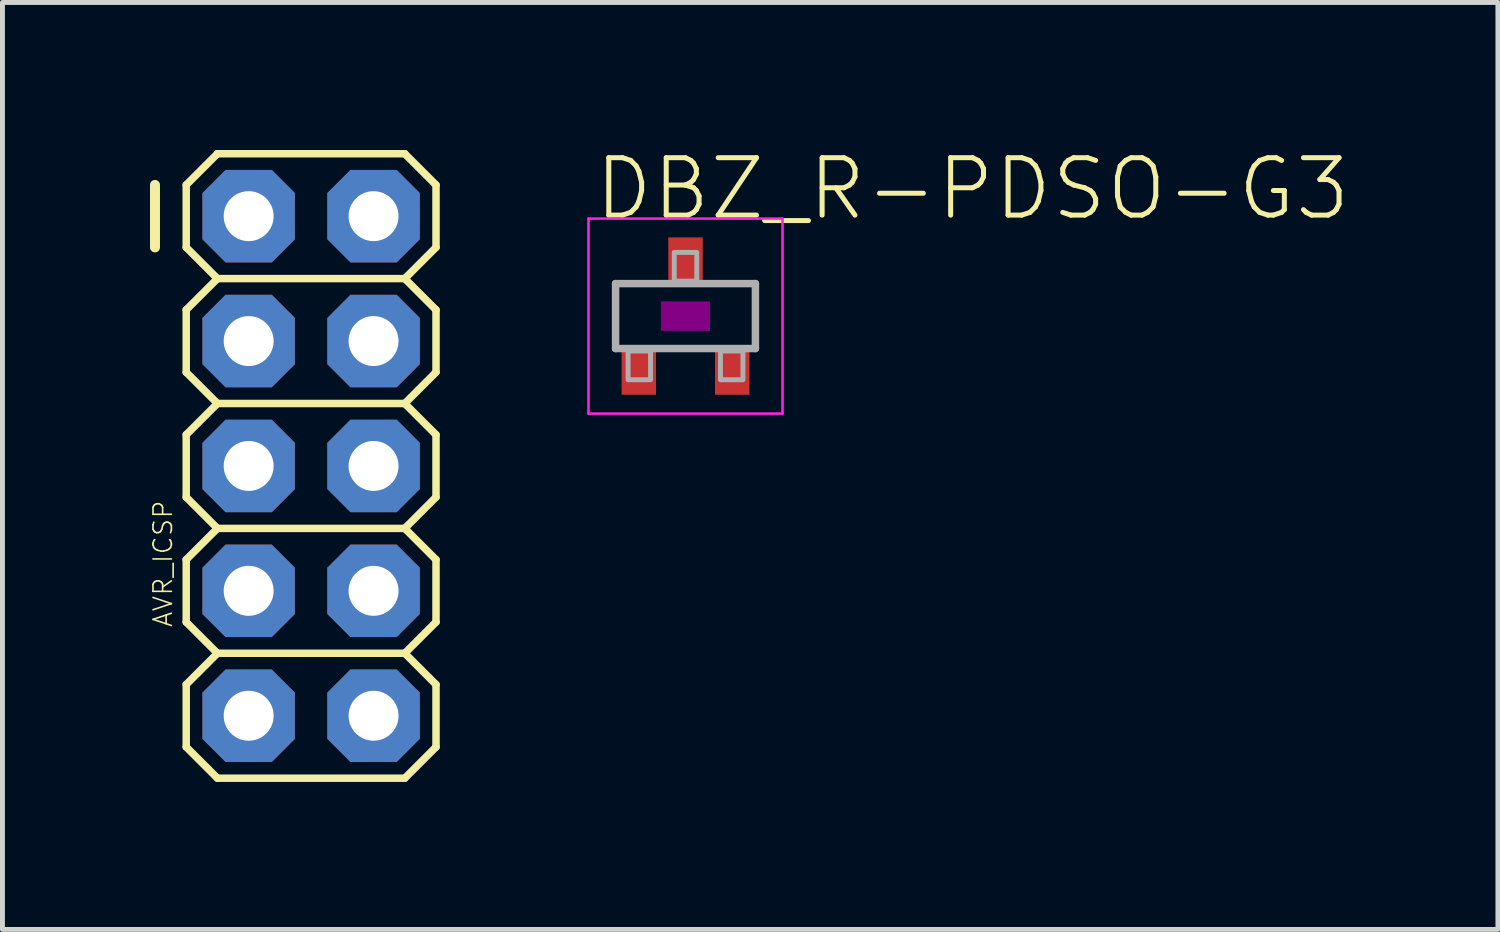
<source format=kicad_pcb>
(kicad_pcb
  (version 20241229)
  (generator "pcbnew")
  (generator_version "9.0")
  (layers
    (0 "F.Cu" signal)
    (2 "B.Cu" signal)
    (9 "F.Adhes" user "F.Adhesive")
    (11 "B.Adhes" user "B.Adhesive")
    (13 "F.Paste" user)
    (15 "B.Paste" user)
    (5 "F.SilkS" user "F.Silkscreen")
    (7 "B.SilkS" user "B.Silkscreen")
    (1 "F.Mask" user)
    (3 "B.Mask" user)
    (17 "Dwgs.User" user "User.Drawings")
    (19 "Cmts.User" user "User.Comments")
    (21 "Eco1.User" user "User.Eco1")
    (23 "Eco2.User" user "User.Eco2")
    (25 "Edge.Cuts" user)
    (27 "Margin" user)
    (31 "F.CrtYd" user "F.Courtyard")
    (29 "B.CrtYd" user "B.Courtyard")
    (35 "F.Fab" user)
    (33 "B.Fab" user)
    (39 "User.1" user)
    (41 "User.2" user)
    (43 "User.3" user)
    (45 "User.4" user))
  (footprint "DBZ_R-PDSO-G3"
    (layer "F.Cu")
    (at 10.891 3.378)
    (property "Reference" "DBZ_R-PDSO-G3" (at -1.905 -1.905 0) (layer "F.SilkS") (effects (font (size 1.168 1.168) (thickness 0.102)) (justify left bottom)))
    (fp_poly (pts (xy -0.5 0.3) (xy 0.5 0.3) (xy 0.5 -0.3) (xy -0.5 -0.3)) (stroke (width 0) (type solid)) (fill yes) (layer "F.Adhes"))
    (fp_line (start -1.973 -1.983) (end 1.973 -1.983) (stroke (width 0.051) (type solid)) (layer "F.CrtYd"))
    (fp_line (start -1.973 1.983) (end -1.973 -1.983) (stroke (width 0.051) (type solid)) (layer "F.CrtYd"))
    (fp_line (start 1.973 -1.983) (end 1.973 1.983) (stroke (width 0.051) (type solid)) (layer "F.CrtYd"))
    (fp_line (start 1.973 1.983) (end -1.973 1.983) (stroke (width 0.051) (type solid)) (layer "F.CrtYd"))
    (fp_line (start -1.422 -0.66) (end 1.422 -0.66) (stroke (width 0.152) (type solid)) (layer "F.Fab"))
    (fp_line (start -1.422 0.66) (end -1.422 -0.66) (stroke (width 0.152) (type solid)) (layer "F.Fab"))
    (fp_line (start 1.422 -0.66) (end 1.422 0.66) (stroke (width 0.152) (type solid)) (layer "F.Fab"))
    (fp_line (start 1.422 0.66) (end -1.422 0.66) (stroke (width 0.152) (type solid)) (layer "F.Fab"))
    (fp_poly (pts (xy -1.168 1.295) (xy -0.711 1.295) (xy -0.711 0.711) (xy -1.168 0.711)) (stroke (width 0.1) (type solid)) (fill no) (layer "F.Fab"))
    (fp_poly (pts (xy -0.229 -0.711) (xy 0.229 -0.711) (xy 0.229 -1.295) (xy -0.229 -1.295)) (stroke (width 0.1) (type solid)) (fill no) (layer "F.Fab"))
    (fp_poly (pts (xy 0.711 1.295) (xy 1.168 1.295) (xy 1.168 0.711) (xy 0.711 0.711)) (stroke (width 0.1) (type solid)) (fill no) (layer "F.Fab"))
    (pad "1" smd rect (at -0.95 1.1) (size 0.7 1) (layers "F.Cu" "F.Mask" "F.Paste"))
    (pad "2" smd rect (at 0.95 1.1) (size 0.7 1) (layers "F.Cu" "F.Mask" "F.Paste"))
    (pad "3" smd rect (at 0 -1.1) (size 0.7 1) (layers "F.Cu" "F.Mask" "F.Paste")))
  (footprint "AVR_ICSP"
    (layer "F.Cu")
    (at 3.277 6.426)
    (property "Reference" "AVR_ICSP" (at -2.794 3.302 90) (layer "F.SilkS") (effects (font (size 0.374 0.374) (thickness 0.033)) (justify left bottom)))
    (fp_line (start -3.175 -5.715) (end -3.175 -4.445) (stroke (width 0.203) (type solid)) (layer "F.SilkS"))
    (fp_line (start -2.54 -5.715) (end -2.54 -4.445) (stroke (width 0.152) (type solid)) (layer "F.SilkS"))
    (fp_line (start -2.54 -4.445) (end -1.905 -3.81) (stroke (width 0.152) (type solid)) (layer "F.SilkS"))
    (fp_line (start -2.54 -3.175) (end -2.54 -1.905) (stroke (width 0.152) (type solid)) (layer "F.SilkS"))
    (fp_line (start -2.54 -1.905) (end -1.905 -1.27) (stroke (width 0.152) (type solid)) (layer "F.SilkS"))
    (fp_line (start -2.54 -0.635) (end -2.54 0.635) (stroke (width 0.152) (type solid)) (layer "F.SilkS"))
    (fp_line (start -2.54 0.635) (end -1.905 1.27) (stroke (width 0.152) (type solid)) (layer "F.SilkS"))
    (fp_line (start -2.54 1.905) (end -2.54 3.175) (stroke (width 0.152) (type solid)) (layer "F.SilkS"))
    (fp_line (start -2.54 3.175) (end -1.905 3.81) (stroke (width 0.152) (type solid)) (layer "F.SilkS"))
    (fp_line (start -2.54 4.445) (end -2.54 5.715) (stroke (width 0.152) (type solid)) (layer "F.SilkS"))
    (fp_line (start -2.54 5.715) (end -1.905 6.35) (stroke (width 0.152) (type solid)) (layer "F.SilkS"))
    (fp_line (start -1.905 -6.35) (end -2.54 -5.715) (stroke (width 0.152) (type solid)) (layer "F.SilkS"))
    (fp_line (start -1.905 -6.35) (end 1.905 -6.35) (stroke (width 0.152) (type solid)) (layer "F.SilkS"))
    (fp_line (start -1.905 -3.81) (end -2.54 -3.175) (stroke (width 0.152) (type solid)) (layer "F.SilkS"))
    (fp_line (start -1.905 -1.27) (end -2.54 -0.635) (stroke (width 0.152) (type solid)) (layer "F.SilkS"))
    (fp_line (start -1.905 1.27) (end -2.54 1.905) (stroke (width 0.152) (type solid)) (layer "F.SilkS"))
    (fp_line (start -1.905 3.81) (end -2.54 4.445) (stroke (width 0.152) (type solid)) (layer "F.SilkS"))
    (fp_line (start 1.905 -6.35) (end 2.54 -5.715) (stroke (width 0.152) (type solid)) (layer "F.SilkS"))
    (fp_line (start 1.905 -3.81) (end -1.905 -3.81) (stroke (width 0.152) (type solid)) (layer "F.SilkS"))
    (fp_line (start 1.905 -3.81) (end 2.54 -3.175) (stroke (width 0.152) (type solid)) (layer "F.SilkS"))
    (fp_line (start 1.905 -1.27) (end -1.905 -1.27) (stroke (width 0.152) (type solid)) (layer "F.SilkS"))
    (fp_line (start 1.905 -1.27) (end 2.54 -0.635) (stroke (width 0.152) (type solid)) (layer "F.SilkS"))
    (fp_line (start 1.905 1.27) (end -1.905 1.27) (stroke (width 0.152) (type solid)) (layer "F.SilkS"))
    (fp_line (start 1.905 1.27) (end 2.54 1.905) (stroke (width 0.152) (type solid)) (layer "F.SilkS"))
    (fp_line (start 1.905 3.81) (end -1.905 3.81) (stroke (width 0.152) (type solid)) (layer "F.SilkS"))
    (fp_line (start 1.905 3.81) (end 2.54 4.445) (stroke (width 0.152) (type solid)) (layer "F.SilkS"))
    (fp_line (start 1.905 6.35) (end -1.905 6.35) (stroke (width 0.152) (type solid)) (layer "F.SilkS"))
    (fp_line (start 2.54 -5.715) (end 2.54 -4.445) (stroke (width 0.152) (type solid)) (layer "F.SilkS"))
    (fp_line (start 2.54 -4.445) (end 1.905 -3.81) (stroke (width 0.152) (type solid)) (layer "F.SilkS"))
    (fp_line (start 2.54 -3.175) (end 2.54 -1.905) (stroke (width 0.152) (type solid)) (layer "F.SilkS"))
    (fp_line (start 2.54 -1.905) (end 1.905 -1.27) (stroke (width 0.152) (type solid)) (layer "F.SilkS"))
    (fp_line (start 2.54 -0.635) (end 2.54 0.635) (stroke (width 0.152) (type solid)) (layer "F.SilkS"))
    (fp_line (start 2.54 0.635) (end 1.905 1.27) (stroke (width 0.152) (type solid)) (layer "F.SilkS"))
    (fp_line (start 2.54 1.905) (end 2.54 3.175) (stroke (width 0.152) (type solid)) (layer "F.SilkS"))
    (fp_line (start 2.54 3.175) (end 1.905 3.81) (stroke (width 0.152) (type solid)) (layer "F.SilkS"))
    (fp_line (start 2.54 4.445) (end 2.54 5.715) (stroke (width 0.152) (type solid)) (layer "F.SilkS"))
    (fp_line (start 2.54 5.715) (end 1.905 6.35) (stroke (width 0.152) (type solid)) (layer "F.SilkS"))
    (fp_poly (pts (xy -1.524 0.254) (xy -1.016 0.254) (xy -1.016 -0.254) (xy -1.524 -0.254)) (stroke (width 0) (type solid)) (fill yes) (layer "F.SilkS"))
    (fp_poly (pts (xy -1.524 -4.826) (xy -1.016 -4.826) (xy -1.016 -5.334) (xy -1.524 -5.334)) (stroke (width 0.1) (type solid)) (fill no) (layer "F.Fab"))
    (fp_poly (pts (xy -1.524 -2.286) (xy -1.016 -2.286) (xy -1.016 -2.794) (xy -1.524 -2.794)) (stroke (width 0.1) (type solid)) (fill no) (layer "F.Fab"))
    (fp_poly (pts (xy -1.524 2.794) (xy -1.016 2.794) (xy -1.016 2.286) (xy -1.524 2.286)) (stroke (width 0.1) (type solid)) (fill no) (layer "F.Fab"))
    (fp_poly (pts (xy -1.524 5.334) (xy -1.016 5.334) (xy -1.016 4.826) (xy -1.524 4.826)) (stroke (width 0.1) (type solid)) (fill no) (layer "F.Fab"))
    (fp_poly (pts (xy 1.016 -4.826) (xy 1.524 -4.826) (xy 1.524 -5.334) (xy 1.016 -5.334)) (stroke (width 0.1) (type solid)) (fill no) (layer "F.Fab"))
    (fp_poly (pts (xy 1.016 -2.286) (xy 1.524 -2.286) (xy 1.524 -2.794) (xy 1.016 -2.794)) (stroke (width 0.1) (type solid)) (fill no) (layer "F.Fab"))
    (fp_poly (pts (xy 1.016 0.254) (xy 1.524 0.254) (xy 1.524 -0.254) (xy 1.016 -0.254)) (stroke (width 0.1) (type solid)) (fill no) (layer "F.Fab"))
    (fp_poly (pts (xy 1.016 2.794) (xy 1.524 2.794) (xy 1.524 2.286) (xy 1.016 2.286)) (stroke (width 0.1) (type solid)) (fill no) (layer "F.Fab"))
    (fp_poly (pts (xy 1.016 5.334) (xy 1.524 5.334) (xy 1.524 4.826) (xy 1.016 4.826)) (stroke (width 0.1) (type solid)) (fill no) (layer "F.Fab"))
    (pad "1" thru_hole roundrect (at -1.27 -5.08 270) (size 1.88 1.88) (drill 1.016) (layers "*.Cu" "*.Mask") (roundrect_rratio 0.25) (chamfer_ratio 0.25) (chamfer top_left top_right bottom_left bottom_right))
    (pad "2" thru_hole roundrect (at 1.27 -5.08 270) (size 1.88 1.88) (drill 1.016) (layers "*.Cu" "*.Mask") (roundrect_rratio 0.25) (chamfer_ratio 0.25) (chamfer top_left top_right bottom_left bottom_right))
    (pad "3" thru_hole roundrect (at -1.27 -2.54 270) (size 1.88 1.88) (drill 1.016) (layers "*.Cu" "*.Mask") (roundrect_rratio 0.25) (chamfer_ratio 0.25) (chamfer top_left top_right bottom_left bottom_right))
    (pad "4" thru_hole roundrect (at 1.27 -2.54 270) (size 1.88 1.88) (drill 1.016) (layers "*.Cu" "*.Mask") (roundrect_rratio 0.25) (chamfer_ratio 0.25) (chamfer top_left top_right bottom_left bottom_right))
    (pad "5" thru_hole roundrect (at -1.27 0 270) (size 1.88 1.88) (drill 1.016) (layers "*.Cu" "*.Mask") (roundrect_rratio 0.25) (chamfer_ratio 0.25) (chamfer top_left top_right bottom_left bottom_right))
    (pad "6" thru_hole roundrect (at 1.27 0 270) (size 1.88 1.88) (drill 1.016) (layers "*.Cu" "*.Mask") (roundrect_rratio 0.25) (chamfer_ratio 0.25) (chamfer top_left top_right bottom_left bottom_right))
    (pad "7" thru_hole roundrect (at -1.27 2.54 270) (size 1.88 1.88) (drill 1.016) (layers "*.Cu" "*.Mask") (roundrect_rratio 0.25) (chamfer_ratio 0.25) (chamfer top_left top_right bottom_left bottom_right))
    (pad "8" thru_hole roundrect (at 1.27 2.54 270) (size 1.88 1.88) (drill 1.016) (layers "*.Cu" "*.Mask") (roundrect_rratio 0.25) (chamfer_ratio 0.25) (chamfer top_left top_right bottom_left bottom_right))
    (pad "9" thru_hole roundrect (at -1.27 5.08 270) (size 1.88 1.88) (drill 1.016) (layers "*.Cu" "*.Mask") (roundrect_rratio 0.25) (chamfer_ratio 0.25) (chamfer top_left top_right bottom_left bottom_right))
    (pad "10" thru_hole roundrect (at 1.27 5.08 270) (size 1.88 1.88) (drill 1.016) (layers "*.Cu" "*.Mask") (roundrect_rratio 0.25) (chamfer_ratio 0.25) (chamfer top_left top_right bottom_left bottom_right)))
  (gr_rect
    (start -3 -3)
    (end 27.413 15.852)
    (stroke (width 0.1) (type default))
    (fill no)
    (layer "Edge.Cuts")))
</source>
